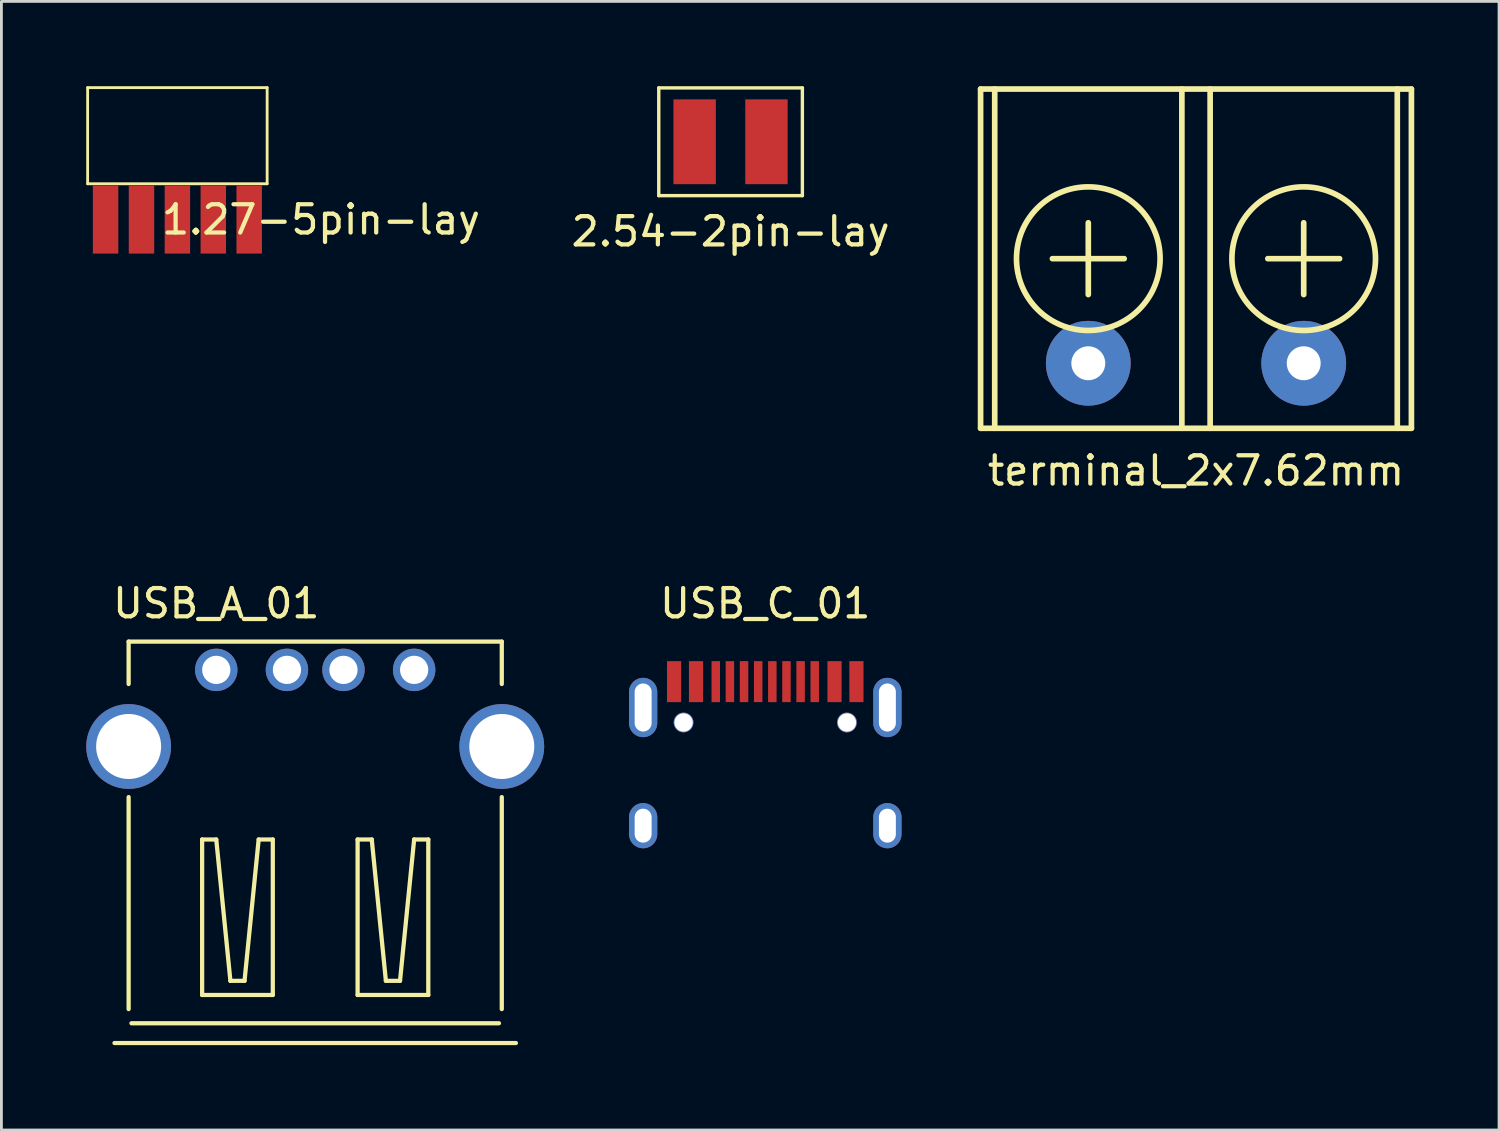
<source format=kicad_pcb>
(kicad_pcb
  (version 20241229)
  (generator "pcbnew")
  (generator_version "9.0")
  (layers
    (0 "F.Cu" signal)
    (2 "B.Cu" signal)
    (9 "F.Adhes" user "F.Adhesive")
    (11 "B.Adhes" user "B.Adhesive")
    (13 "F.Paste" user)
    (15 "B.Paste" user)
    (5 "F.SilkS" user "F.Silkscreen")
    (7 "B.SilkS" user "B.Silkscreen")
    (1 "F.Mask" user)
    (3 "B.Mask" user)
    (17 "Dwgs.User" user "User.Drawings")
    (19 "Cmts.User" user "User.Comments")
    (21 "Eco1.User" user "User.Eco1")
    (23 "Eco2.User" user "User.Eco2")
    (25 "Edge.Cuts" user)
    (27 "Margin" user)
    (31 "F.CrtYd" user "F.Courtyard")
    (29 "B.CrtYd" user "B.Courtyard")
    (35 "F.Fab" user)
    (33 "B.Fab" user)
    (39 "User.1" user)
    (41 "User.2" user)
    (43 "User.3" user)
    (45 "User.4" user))
  (footprint "2.54-2pin-lay"
    (layer "F.Cu")
    (at 22.793 1.965)
    (property "Reference" "2.54-2pin-lay" (at 0 3.175 0) (layer "F.SilkS") (effects (font (size 1 1) (thickness 0.15))))
    (attr through_hole)
    (fp_line (start -2.54 -1.905) (end 2.54 -1.905) (stroke (width 0.12) (type solid)) (layer "F.SilkS"))
    (fp_line (start -2.54 1.905) (end -2.54 -1.905) (stroke (width 0.12) (type solid)) (layer "F.SilkS"))
    (fp_line (start 2.54 -1.905) (end 2.54 1.905) (stroke (width 0.12) (type solid)) (layer "F.SilkS"))
    (fp_line (start 2.54 1.905) (end -2.54 1.905) (stroke (width 0.12) (type solid)) (layer "F.SilkS"))
    (pad "1" smd rect (at -1.27 0) (size 1.5 3) (layers "F.Cu" "F.Mask" "F.Paste"))
    (pad "2" smd rect (at 1.27 0) (size 1.5 3) (layers "F.Cu" "F.Mask" "F.Paste")))
  (footprint "1.27-5pin-lay"
    (layer "F.Cu")
    (at 3.225 3.45)
    (property "Reference" "1.27-5pin-lay" (at 5.08 1.27 0) (layer "F.SilkS") (effects (font (size 1 1) (thickness 0.15))))
    (attr through_hole)
    (fp_line (start -3.175 -3.4) (end -3.175 0) (stroke (width 0.1) (type solid)) (layer "F.SilkS"))
    (fp_line (start 3.175 -3.4) (end -3.175 -3.4) (stroke (width 0.1) (type solid)) (layer "F.SilkS"))
    (fp_line (start 3.175 0) (end -3.175 0) (stroke (width 0.1) (type solid)) (layer "F.SilkS"))
    (fp_line (start 3.175 0) (end 3.175 -3.4) (stroke (width 0.1) (type solid)) (layer "F.SilkS"))
    (pad "1" smd rect (at -2.54 1.27) (size 0.9 2.4) (layers "F.Cu" "F.Mask" "F.Paste"))
    (pad "2" smd rect (at -1.27 1.27) (size 0.9 2.4) (layers "F.Cu" "F.Mask" "F.Paste"))
    (pad "3" smd rect (at 0 1.27) (size 0.9 2.4) (layers "F.Cu" "F.Mask" "F.Paste"))
    (pad "4" smd rect (at 1.27 1.27) (size 0.9 2.4) (layers "F.Cu" "F.Mask" "F.Paste"))
    (pad "5" smd rect (at 2.54 1.27) (size 0.9 2.4) (layers "F.Cu" "F.Mask" "F.Paste")))
  (footprint "USB_A_01"
    (layer "F.Cu")
    (at 8.1 20.646)
    (property "Reference" "USB_A_01" (at -3.5 -2.35 0) (layer "F.SilkS") (effects (font (size 1 1) (thickness 0.15))))
    (attr through_hole)
    (fp_line (start -7.1 13.2) (end 7.1 13.2) (stroke (width 0.15) (type solid)) (layer "F.SilkS"))
    (fp_line (start -6.6 -1) (end -6.6 0.5) (stroke (width 0.15) (type solid)) (layer "F.SilkS"))
    (fp_line (start -6.6 -1) (end 6.6 -1) (stroke (width 0.15) (type solid)) (layer "F.SilkS"))
    (fp_line (start -6.6 4.5) (end -6.6 12) (stroke (width 0.15) (type solid)) (layer "F.SilkS"))
    (fp_line (start -4 6) (end -3.5 6) (stroke (width 0.15) (type solid)) (layer "F.SilkS"))
    (fp_line (start -4 11.5) (end -4 6) (stroke (width 0.15) (type solid)) (layer "F.SilkS"))
    (fp_line (start -3.5 6) (end -3 11) (stroke (width 0.15) (type solid)) (layer "F.SilkS"))
    (fp_line (start -3 11) (end -2.5 11) (stroke (width 0.15) (type solid)) (layer "F.SilkS"))
    (fp_line (start -2.5 11) (end -2 6) (stroke (width 0.15) (type solid)) (layer "F.SilkS"))
    (fp_line (start -2 6) (end -1.5 6) (stroke (width 0.15) (type solid)) (layer "F.SilkS"))
    (fp_line (start -1.5 6) (end -1.5 11.5) (stroke (width 0.15) (type solid)) (layer "F.SilkS"))
    (fp_line (start -1.5 11.5) (end -4 11.5) (stroke (width 0.15) (type solid)) (layer "F.SilkS"))
    (fp_line (start 1.5 6) (end 2 6) (stroke (width 0.15) (type solid)) (layer "F.SilkS"))
    (fp_line (start 1.5 11.5) (end 1.5 6) (stroke (width 0.15) (type solid)) (layer "F.SilkS"))
    (fp_line (start 2 6) (end 2.5 11) (stroke (width 0.15) (type solid)) (layer "F.SilkS"))
    (fp_line (start 2.5 11) (end 3 11) (stroke (width 0.15) (type solid)) (layer "F.SilkS"))
    (fp_line (start 3 11) (end 3.5 6) (stroke (width 0.15) (type solid)) (layer "F.SilkS"))
    (fp_line (start 3.5 6) (end 4 6) (stroke (width 0.15) (type solid)) (layer "F.SilkS"))
    (fp_line (start 4 6) (end 4 11.5) (stroke (width 0.15) (type solid)) (layer "F.SilkS"))
    (fp_line (start 4 11.5) (end 1.5 11.5) (stroke (width 0.15) (type solid)) (layer "F.SilkS"))
    (fp_line (start 6.5 12.5) (end -6.5 12.5) (stroke (width 0.15) (type solid)) (layer "F.SilkS"))
    (fp_line (start 6.6 -1) (end 6.6 0.5) (stroke (width 0.15) (type solid)) (layer "F.SilkS"))
    (fp_line (start 6.6 4.5) (end 6.6 12) (stroke (width 0.15) (type solid)) (layer "F.SilkS"))
    (pad "1" thru_hole circle (at -3.5 0 270) (size 1.5 1.5) (drill 1) (layers "*.Cu" "*.Mask"))
    (pad "2" thru_hole circle (at -1 0 270) (size 1.5 1.5) (drill 1) (layers "*.Cu" "*.Mask"))
    (pad "3" thru_hole circle (at 1 0 270) (size 1.5 1.5) (drill 1) (layers "*.Cu" "*.Mask"))
    (pad "4" thru_hole circle (at 3.5 0 270) (size 1.5 1.5) (drill 1) (layers "*.Cu" "*.Mask"))
    (pad "5" thru_hole circle (at -6.6 2.71 270) (size 3 3) (drill 2.3) (layers "*.Cu" "*.Mask"))
    (pad "5" thru_hole circle (at 6.6 2.71 270) (size 3 3) (drill 2.3) (layers "*.Cu" "*.Mask")))
  (footprint "USB_C_01"
    (layer "F.Cu")
    (at 24.02 20.337)
    (property "Reference" "USB_C_01" (at 0 -2.04 0) (layer "F.SilkS") (effects (font (size 1 1) (thickness 0.15))))
    (attr through_hole)
    (fp_line (start -4.445 8.42) (end 4.445 8.42) (stroke (width 0.12) (type solid)) (layer "Eco2.User"))
    (pad "" np_thru_hole circle (at -2.89 2.17) (size 0.7 0.7) (drill 0.65) (layers "*.Cu" "*.Mask"))
    (pad "" np_thru_hole circle (at 2.89 2.17) (size 0.7 0.7) (drill 0.65) (layers "*.Cu" "*.Mask"))
    (pad "A1" smd rect (at -3.225 0.725) (size 0.5 1.45) (layers "F.Cu" "F.Mask" "F.Paste"))
    (pad "A1" smd rect (at 3.225 0.725) (size 0.5 1.45) (layers "F.Cu" "F.Mask" "F.Paste"))
    (pad "A4" smd rect (at -2.45 0.725) (size 0.5 1.45) (layers "F.Cu" "F.Mask" "F.Paste"))
    (pad "A4" smd rect (at 2.45 0.725) (size 0.5 1.45) (layers "F.Cu" "F.Mask" "F.Paste"))
    (pad "A5" smd rect (at -1.25 0.725) (size 0.3 1.45) (layers "F.Cu" "F.Mask" "F.Paste"))
    (pad "A6" smd rect (at -0.25 0.725) (size 0.3 1.45) (layers "F.Cu" "F.Mask" "F.Paste"))
    (pad "A7" smd rect (at 0.25 0.725) (size 0.3 1.45) (layers "F.Cu" "F.Mask" "F.Paste"))
    (pad "A8" smd rect (at 1.25 0.725) (size 0.3 1.45) (layers "F.Cu" "F.Mask" "F.Paste"))
    (pad "B5" smd rect (at 1.75 0.725) (size 0.3 1.45) (layers "F.Cu" "F.Mask" "F.Paste"))
    (pad "B6" smd rect (at 0.75 0.725) (size 0.3 1.45) (layers "F.Cu" "F.Mask" "F.Paste"))
    (pad "B7" smd rect (at -0.75 0.725) (size 0.3 1.45) (layers "F.Cu" "F.Mask" "F.Paste"))
    (pad "B8" smd rect (at -1.75 0.725) (size 0.3 1.45) (layers "F.Cu" "F.Mask" "F.Paste"))
    (pad "S1" thru_hole oval (at -4.32 1.64) (size 1 2.1) (drill oval 0.6 1.7) (layers "*.Cu" "*.Mask"))
    (pad "S1" thru_hole oval (at -4.32 5.82) (size 1 1.6) (drill oval 0.6 1.2) (layers "*.Cu" "*.Mask"))
    (pad "S1" thru_hole oval (at 4.32 1.64) (size 1 2.1) (drill oval 0.6 1.7) (layers "*.Cu" "*.Mask"))
    (pad "S1" thru_hole oval (at 4.32 5.82) (size 1 1.6) (drill oval 0.6 1.2) (layers "*.Cu" "*.Mask")))
  (footprint "terminal_2x7.62mm"
    (layer "F.Cu")
    (at 39.257 6.1)
    (property "Reference" "terminal_2x7.62mm" (at 0 7.5 0) (layer "F.SilkS") (effects (font (size 1 1) (thickness 0.15))))
    (attr through_hole)
    (fp_line (start -7.62 -6) (end 7.62 -6) (stroke (width 0.2) (type solid)) (layer "F.SilkS"))
    (fp_line (start -7.62 6) (end -7.62 -6) (stroke (width 0.2) (type solid)) (layer "F.SilkS"))
    (fp_line (start -7.62 6) (end 7.62 6) (stroke (width 0.2) (type solid)) (layer "F.SilkS"))
    (fp_line (start -7.12 6) (end -7.12 -6) (stroke (width 0.2) (type solid)) (layer "F.SilkS"))
    (fp_line (start -5.08 0) (end -2.54 0) (stroke (width 0.2) (type solid)) (layer "F.SilkS"))
    (fp_line (start -3.81 -1.27) (end -3.81 1.27) (stroke (width 0.2) (type solid)) (layer "F.SilkS"))
    (fp_line (start -0.5 -6) (end -0.5 6) (stroke (width 0.2) (type solid)) (layer "F.SilkS"))
    (fp_line (start 0.5 -6) (end 0.5 6) (stroke (width 0.2) (type solid)) (layer "F.SilkS"))
    (fp_line (start 2.54 0) (end 5.08 0) (stroke (width 0.2) (type solid)) (layer "F.SilkS"))
    (fp_line (start 3.81 -1.27) (end 3.81 1.27) (stroke (width 0.2) (type solid)) (layer "F.SilkS"))
    (fp_line (start 7.12 6) (end 7.12 -6) (stroke (width 0.2) (type solid)) (layer "F.SilkS"))
    (fp_line (start 7.62 6) (end 7.62 -6) (stroke (width 0.2) (type solid)) (layer "F.SilkS"))
    (fp_circle (center -3.81 0) (end -1.27 0) (stroke (width 0.2) (type solid)) (fill no) (layer "F.SilkS"))
    (fp_circle (center 3.81 0) (end 1.27 0) (stroke (width 0.2) (type solid)) (fill no) (layer "F.SilkS"))
    (pad "1" thru_hole circle (at -3.81 3.7) (size 3 3) (drill 1.2) (layers "*.Cu" "*.Mask"))
    (pad "2" thru_hole circle (at 3.81 3.7) (size 3 3) (drill 1.2) (layers "*.Cu" "*.Mask")))
  (gr_rect
    (start -3 -3)
    (end 49.977 36.922)
    (stroke (width 0.1) (type default))
    (fill no)
    (layer "Edge.Cuts")))
</source>
